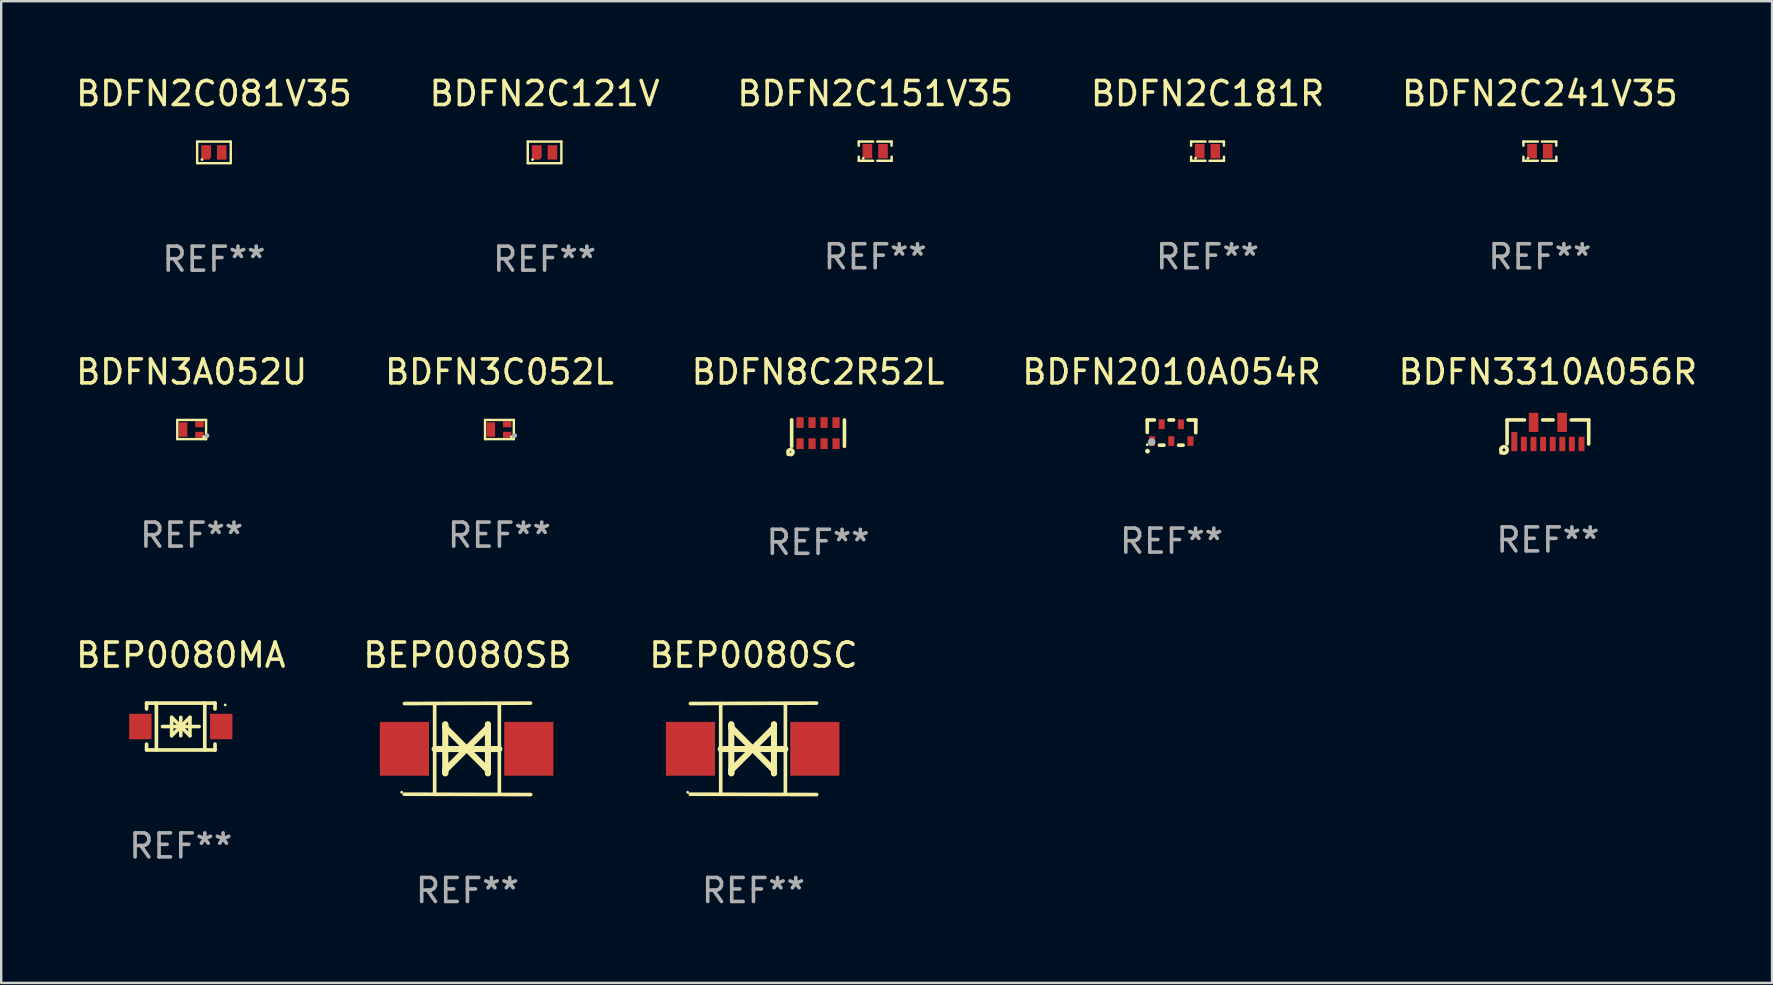
<source format=kicad_pcb>
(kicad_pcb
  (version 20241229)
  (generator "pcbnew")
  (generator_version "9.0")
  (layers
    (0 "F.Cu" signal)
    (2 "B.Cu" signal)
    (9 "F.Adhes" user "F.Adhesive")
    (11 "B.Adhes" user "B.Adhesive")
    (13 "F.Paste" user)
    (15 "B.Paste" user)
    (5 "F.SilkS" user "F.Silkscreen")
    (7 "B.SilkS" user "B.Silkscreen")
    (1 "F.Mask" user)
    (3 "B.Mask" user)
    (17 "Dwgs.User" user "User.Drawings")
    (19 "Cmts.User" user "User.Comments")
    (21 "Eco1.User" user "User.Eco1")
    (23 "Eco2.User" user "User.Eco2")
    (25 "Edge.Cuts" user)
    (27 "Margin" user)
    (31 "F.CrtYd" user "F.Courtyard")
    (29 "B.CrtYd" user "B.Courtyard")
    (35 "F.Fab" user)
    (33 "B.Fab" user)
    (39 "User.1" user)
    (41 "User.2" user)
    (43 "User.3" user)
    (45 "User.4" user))
  (footprint "BEP0080MA"
    (layer "F.Cu")
    (at 4.482 27.217)
    (property "Reference" "BEP0080MA" (at 0 -2.976 0) (layer "F.SilkS") (effects (font (size 1 1) (thickness 0.15))))
    (attr through_hole)
    (fp_line (start -1.426 -0.976) (end -1.426 -0.733) (stroke (width 0.152) (type solid)) (layer "F.SilkS"))
    (fp_line (start -1.426 -0.976) (end 1.426 -0.976) (stroke (width 0.152) (type solid)) (layer "F.SilkS"))
    (fp_line (start -1.426 0.976) (end -1.426 0.733) (stroke (width 0.152) (type solid)) (layer "F.SilkS"))
    (fp_line (start -1.426 0.976) (end 1.426 0.976) (stroke (width 0.152) (type solid)) (layer "F.SilkS"))
    (fp_line (start -1.017 -0.976) (end -1.017 0.976) (stroke (width 0.152) (type solid)) (layer "F.SilkS"))
    (fp_line (start -0.762 0) (end 0.762 0) (stroke (width 0.15) (type solid)) (layer "F.SilkS"))
    (fp_line (start -0.381 -0.381) (end 0 0) (stroke (width 0.15) (type solid)) (layer "F.SilkS"))
    (fp_line (start -0.381 0.381) (end -0.381 -0.381) (stroke (width 0.15) (type solid)) (layer "F.SilkS"))
    (fp_line (start 0 -0.381) (end 0 0.381) (stroke (width 0.15) (type solid)) (layer "F.SilkS"))
    (fp_line (start 0 0) (end -0.381 0.381) (stroke (width 0.15) (type solid)) (layer "F.SilkS"))
    (fp_line (start 0 0) (end 0.381 -0.381) (stroke (width 0.15) (type solid)) (layer "F.SilkS"))
    (fp_line (start 0.381 -0.381) (end 0.381 0.381) (stroke (width 0.15) (type solid)) (layer "F.SilkS"))
    (fp_line (start 0.381 0.381) (end 0 0) (stroke (width 0.15) (type solid)) (layer "F.SilkS"))
    (fp_line (start 0.999 -0.976) (end 0.999 0.976) (stroke (width 0.152) (type solid)) (layer "F.SilkS"))
    (fp_line (start 1.426 -0.976) (end 1.426 -0.733) (stroke (width 0.152) (type solid)) (layer "F.SilkS"))
    (fp_line (start 1.426 0.976) (end 1.426 0.733) (stroke (width 0.152) (type solid)) (layer "F.SilkS"))
    (fp_circle (center 1.85 -0.9) (end 1.88 -0.9) (stroke (width 0.06) (type solid)) (fill no) (layer "F.SilkS"))
    (fp_text user "REF**" (at 0 4.976 0) (layer "F.Fab") (effects (font (size 1 1) (thickness 0.15))))
    (pad "1" smd rect (at 1.685 0 180) (size 0.93 1.06) (layers "F.Cu" "F.Mask" "F.Paste"))
    (pad "2" smd rect (at -1.685 0 180) (size 0.93 1.06) (layers "F.Cu" "F.Mask" "F.Paste")))
  (footprint "BDFN2C081V35"
    (layer "F.Cu")
    (at 5.863 3.298)
    (property "Reference" "BDFN2C081V35" (at 0 -2.45 0) (layer "F.SilkS") (effects (font (size 1 1) (thickness 0.15))))
    (attr through_hole)
    (fp_line (start -0.7 -0.45) (end -0.7 0.45) (stroke (width 0.1) (type solid)) (layer "F.SilkS"))
    (fp_line (start -0.7 -0.45) (end 0.7 -0.45) (stroke (width 0.1) (type solid)) (layer "F.SilkS"))
    (fp_line (start -0.7 0.45) (end 0.69 0.45) (stroke (width 0.1) (type solid)) (layer "F.SilkS"))
    (fp_line (start 0.7 -0.45) (end 0.7 0.45) (stroke (width 0.1) (type solid)) (layer "F.SilkS"))
    (fp_circle (center -0.5 0.3) (end -0.47 0.3) (stroke (width 0.06) (type solid)) (fill no) (layer "F.SilkS"))
    (fp_text user "REF**" (at 0 4.45 0) (layer "F.Fab") (effects (font (size 1 1) (thickness 0.15))))
    (pad "1" smd custom (at -0.325 0) (size 0.41 0.6) (layers "F.Cu" "F.Mask" "F.Paste") (options (anchor circle)) (primitives (gr_poly (pts (xy -0.205 -0.3) (xy -0.205 0.3) (xy 0.125 0.3) (xy 0.205 0.2) (xy 0.205 -0.3) (xy -0.205 -0.3)) (width 0) (fill yes))))
    (pad "2" smd rect (at 0.325 0 90) (size 0.6 0.4) (layers "F.Cu" "F.Mask" "F.Paste")))
  (footprint "BDFN3C052L"
    (layer "F.Cu")
    (at 17.756 14.845)
    (property "Reference" "BDFN3C052L" (at 0 -2.4 0) (layer "F.SilkS") (effects (font (size 1 1) (thickness 0.15))))
    (attr through_hole)
    (fp_line (start -0.6 -0.4) (end 0.6 -0.4) (stroke (width 0.1) (type solid)) (layer "F.SilkS"))
    (fp_line (start -0.6 0.4) (end -0.6 -0.4) (stroke (width 0.1) (type solid)) (layer "F.SilkS"))
    (fp_line (start 0.6 -0.4) (end 0.6 0.4) (stroke (width 0.1) (type solid)) (layer "F.SilkS"))
    (fp_line (start 0.6 0.4) (end -0.6 0.4) (stroke (width 0.1) (type solid)) (layer "F.SilkS"))
    (fp_circle (center 0.5 0.3) (end 0.53 0.3) (stroke (width 0.06) (type solid)) (fill no) (layer "F.SilkS"))
    (fp_circle (center 0.635 0.254) (end 0.685 0.254) (stroke (width 0.1) (type solid)) (fill no) (layer "F.Fab"))
    (fp_text user "REF**" (at 0 4.4 0) (layer "F.Fab") (effects (font (size 1 1) (thickness 0.15))))
    (pad "1" smd rect (at 0.325 0.22 90) (size 0.25 0.35) (layers "F.Cu" "F.Mask" "F.Paste"))
    (pad "2" smd rect (at 0.325 -0.22 90) (size 0.25 0.35) (layers "F.Cu" "F.Mask" "F.Paste"))
    (pad "3" smd rect (at -0.355 0 270) (size 0.6 0.35) (layers "F.Cu" "F.Mask" "F.Paste")))
  (footprint "BDFN2C121V"
    (layer "F.Cu")
    (at 19.637 3.298)
    (property "Reference" "BDFN2C121V" (at 0 -2.45 0) (layer "F.SilkS") (effects (font (size 1 1) (thickness 0.15))))
    (attr through_hole)
    (fp_line (start -0.7 -0.45) (end -0.7 0.45) (stroke (width 0.1) (type solid)) (layer "F.SilkS"))
    (fp_line (start -0.7 -0.45) (end 0.7 -0.45) (stroke (width 0.1) (type solid)) (layer "F.SilkS"))
    (fp_line (start -0.7 0.45) (end 0.69 0.45) (stroke (width 0.1) (type solid)) (layer "F.SilkS"))
    (fp_line (start 0.7 -0.45) (end 0.7 0.45) (stroke (width 0.1) (type solid)) (layer "F.SilkS"))
    (fp_circle (center -0.5 0.3) (end -0.47 0.3) (stroke (width 0.06) (type solid)) (fill no) (layer "F.SilkS"))
    (fp_text user "REF**" (at 0 4.45 0) (layer "F.Fab") (effects (font (size 1 1) (thickness 0.15))))
    (pad "1" smd custom (at -0.325 -0.000102) (size 0.41 0.6) (layers "F.Cu" "F.Mask" "F.Paste") (options (anchor circle)) (primitives (gr_poly (pts (xy -0.205 -0.3) (xy -0.205 0.3) (xy 0.125 0.3) (xy 0.205 0.2) (xy 0.205 -0.3) (xy -0.205 -0.3)) (width 0) (fill yes))))
    (pad "2" smd rect (at 0.325 -0.000102 90) (size 0.6 0.4) (layers "F.Cu" "F.Mask" "F.Paste")))
  (footprint "BDFN2010A054R"
    (layer "F.Cu")
    (at 45.756 14.97)
    (property "Reference" "BDFN2010A054R" (at 0 -2.525 0) (layer "F.SilkS") (effects (font (size 1 1) (thickness 0.15))))
    (attr through_hole)
    (fp_line (start -1.011 -0.524) (end -1.011 -0.008) (stroke (width 0.152) (type solid)) (layer "F.SilkS"))
    (fp_line (start -1.011 -0.524) (end -0.716 -0.524) (stroke (width 0.152) (type solid)) (layer "F.SilkS"))
    (fp_line (start -0.316 0.525) (end -0.505 0.525) (stroke (width 0.152) (type solid)) (layer "F.SilkS"))
    (fp_line (start -0.105 -0.524) (end 0.084 -0.524) (stroke (width 0.152) (type solid)) (layer "F.SilkS"))
    (fp_line (start 0.484 0.525) (end 0.295 0.525) (stroke (width 0.152) (type solid)) (layer "F.SilkS"))
    (fp_line (start 0.696 -0.525) (end 1.011 -0.525) (stroke (width 0.152) (type solid)) (layer "F.SilkS"))
    (fp_line (start 1.011 -0.525) (end 1.009 0.005) (stroke (width 0.152) (type solid)) (layer "F.SilkS"))
    (fp_circle (center -1.011 0.505) (end -0.981 0.505) (stroke (width 0.06) (type solid)) (fill no) (layer "F.SilkS"))
    (fp_circle (center -1.001 0.775) (end -0.951 0.775) (stroke (width 0.1) (type solid)) (fill no) (layer "F.SilkS"))
    (fp_circle (center -0.831 0.395) (end -0.751 0.395) (stroke (width 0.16) (type solid)) (fill no) (layer "F.Fab"))
    (fp_text user "REF**" (at 0 4.525 0) (layer "F.Fab") (effects (font (size 1 1) (thickness 0.15))))
    (pad "1" smd rect (at -0.81 0.355 90) (size 0.4 0.25) (layers "F.Cu" "F.Mask" "F.Paste"))
    (pad "2" smd rect (at -0.011 0.355 90) (size 0.4 0.25) (layers "F.Cu" "F.Mask" "F.Paste"))
    (pad "3" smd rect (at 0.789 0.355 90) (size 0.4 0.25) (layers "F.Cu" "F.Mask" "F.Paste"))
    (pad "4" smd rect (at 0.39 -0.345 90) (size 0.4 0.25) (layers "F.Cu" "F.Mask" "F.Paste"))
    (pad "5" smd rect (at -0.411 -0.345 90) (size 0.4 0.25) (layers "F.Cu" "F.Mask" "F.Paste")))
  (footprint "BDFN2C241V35"
    (layer "F.Cu")
    (at 61.101 3.248)
    (property "Reference" "BDFN2C241V35" (at 0 -2.4 0) (layer "F.SilkS") (effects (font (size 1 1) (thickness 0.15))))
    (attr through_hole)
    (fp_line (start -0.685 -0.4) (end -0.685 -0.23) (stroke (width 0.102) (type solid)) (layer "F.SilkS"))
    (fp_line (start -0.685 0.4) (end -0.685 0.23) (stroke (width 0.102) (type solid)) (layer "F.SilkS"))
    (fp_line (start -0.085 -0.4) (end -0.685 -0.4) (stroke (width 0.102) (type solid)) (layer "F.SilkS"))
    (fp_line (start -0.085 0.4) (end -0.685 0.4) (stroke (width 0.102) (type solid)) (layer "F.SilkS"))
    (fp_line (start 0.082 -0.4) (end 0.682 -0.4) (stroke (width 0.102) (type solid)) (layer "F.SilkS"))
    (fp_line (start 0.085 0.4) (end 0.685 0.4) (stroke (width 0.102) (type solid)) (layer "F.SilkS"))
    (fp_line (start 0.682 -0.4) (end 0.682 -0.23) (stroke (width 0.102) (type solid)) (layer "F.SilkS"))
    (fp_line (start 0.685 0.4) (end 0.685 0.23) (stroke (width 0.102) (type solid)) (layer "F.SilkS"))
    (fp_circle (center -0.5 0.3) (end -0.47 0.3) (stroke (width 0.06) (type solid)) (fill no) (layer "F.SilkS"))
    (fp_text user "REF**" (at 0 4.4 0) (layer "F.Fab") (effects (font (size 1 1) (thickness 0.15))))
    (pad "1" smd rect (at -0.325 0) (size 0.4 0.6) (layers "F.Cu" "F.Mask" "F.Paste"))
    (pad "2" smd rect (at 0.325 0) (size 0.4 0.6) (layers "F.Cu" "F.Mask" "F.Paste")))
  (footprint "BDFN3310A056R"
    (layer "F.Cu")
    (at 61.435 14.945)
    (property "Reference" "BDFN3310A056R" (at 0 -2.5 0) (layer "F.SilkS") (effects (font (size 1 1) (thickness 0.15))))
    (attr through_hole)
    (fp_line (start -1.7 -0.5) (end -1.7 0.5) (stroke (width 0.15) (type solid)) (layer "F.SilkS"))
    (fp_line (start -0.974 -0.5) (end -1.7 -0.5) (stroke (width 0.15) (type solid)) (layer "F.SilkS"))
    (fp_line (start 0.216 -0.5) (end -0.216 -0.5) (stroke (width 0.15) (type solid)) (layer "F.SilkS"))
    (fp_line (start 1.7 -0.5) (end 0.974 -0.5) (stroke (width 0.15) (type solid)) (layer "F.SilkS"))
    (fp_line (start 1.7 -0.5) (end 1.7 0.5) (stroke (width 0.15) (type solid)) (layer "F.SilkS"))
    (fp_circle (center -1.966 0.886) (end -1.936 0.886) (stroke (width 0.06) (type solid)) (fill no) (layer "F.SilkS"))
    (fp_circle (center -1.83 0.75) (end -1.769 0.75) (stroke (width 0.15) (type solid)) (fill no) (layer "F.SilkS"))
    (fp_text user "REF**" (at 0 4.5 0) (layer "F.Fab") (effects (font (size 1 1) (thickness 0.15))))
    (pad "1" smd rect (at -1.4 0.4) (size 0.25 0.8) (layers "F.Cu" "F.Mask" "F.Paste"))
    (pad "2" smd rect (at -1 0.5) (size 0.25 0.6) (layers "F.Cu" "F.Mask" "F.Paste"))
    (pad "3" smd rect (at -0.6 0.5) (size 0.25 0.6) (layers "F.Cu" "F.Mask" "F.Paste"))
    (pad "4" smd rect (at -0.2 0.5) (size 0.25 0.6) (layers "F.Cu" "F.Mask" "F.Paste"))
    (pad "5" smd rect (at 0.2 0.5) (size 0.25 0.6) (layers "F.Cu" "F.Mask" "F.Paste"))
    (pad "6" smd rect (at 0.6 0.5) (size 0.25 0.6) (layers "F.Cu" "F.Mask" "F.Paste"))
    (pad "7" smd rect (at 1 0.5) (size 0.25 0.6) (layers "F.Cu" "F.Mask" "F.Paste"))
    (pad "8" smd rect (at 1.4 0.5) (size 0.25 0.6) (layers "F.Cu" "F.Mask" "F.Paste"))
    (pad "9" smd rect (at 0.595 -0.4) (size 0.4 0.8) (layers "F.Cu" "F.Mask" "F.Paste"))
    (pad "10" smd rect (at -0.595 -0.4) (size 0.4 0.8) (layers "F.Cu" "F.Mask" "F.Paste")))
  (footprint "BDFN3A052U"
    (layer "F.Cu")
    (at 4.935 14.845)
    (property "Reference" "BDFN3A052U" (at 0 -2.4 0) (layer "F.SilkS") (effects (font (size 1 1) (thickness 0.15))))
    (attr through_hole)
    (fp_line (start -0.6 -0.4) (end 0.6 -0.4) (stroke (width 0.1) (type solid)) (layer "F.SilkS"))
    (fp_line (start -0.6 0.4) (end -0.6 -0.4) (stroke (width 0.1) (type solid)) (layer "F.SilkS"))
    (fp_line (start 0.6 -0.4) (end 0.6 0.4) (stroke (width 0.1) (type solid)) (layer "F.SilkS"))
    (fp_line (start 0.6 0.4) (end -0.6 0.4) (stroke (width 0.1) (type solid)) (layer "F.SilkS"))
    (fp_circle (center 0.5 0.3) (end 0.53 0.3) (stroke (width 0.06) (type solid)) (fill no) (layer "F.SilkS"))
    (fp_circle (center 0.635 0.254) (end 0.685 0.254) (stroke (width 0.1) (type solid)) (fill no) (layer "F.Fab"))
    (fp_text user "REF**" (at 0 4.4 0) (layer "F.Fab") (effects (font (size 1 1) (thickness 0.15))))
    (pad "1" smd rect (at 0.325 0.22 90) (size 0.25 0.35) (layers "F.Cu" "F.Mask" "F.Paste"))
    (pad "2" smd rect (at 0.325 -0.22 90) (size 0.25 0.35) (layers "F.Cu" "F.Mask" "F.Paste"))
    (pad "3" smd rect (at -0.355 0 270) (size 0.6 0.35) (layers "F.Cu" "F.Mask" "F.Paste")))
  (footprint "BEP0080SC"
    (layer "F.Cu")
    (at 28.339 28.146)
    (property "Reference" "BEP0080SC" (at 0 -3.905 0) (layer "F.SilkS") (effects (font (size 1 1) (thickness 0.15))))
    (attr through_hole)
    (fp_line (start -1.365 1.886) (end -1.365 -1.886) (stroke (width 0.152) (type solid)) (layer "F.SilkS"))
    (fp_line (start -1.365 0.008) (end 1.33 0.008) (stroke (width 0.254) (type solid)) (layer "F.SilkS"))
    (fp_line (start -0.923 -1.016) (end -0.923 1.016) (stroke (width 0.254) (type solid)) (layer "F.SilkS"))
    (fp_line (start -0.923 -0.889) (end -0.923 -1.016) (stroke (width 0.254) (type solid)) (layer "F.SilkS"))
    (fp_line (start -0.923 0.889) (end -0.034 0) (stroke (width 0.254) (type solid)) (layer "F.SilkS"))
    (fp_line (start -0.923 1.016) (end -0.923 0.889) (stroke (width 0.254) (type solid)) (layer "F.SilkS"))
    (fp_line (start -0.034 0) (end -0.923 -0.889) (stroke (width 0.254) (type solid)) (layer "F.SilkS"))
    (fp_line (start -0.034 0) (end 0.855 0.889) (stroke (width 0.254) (type solid)) (layer "F.SilkS"))
    (fp_line (start 0.855 -1.016) (end 0.855 -0.889) (stroke (width 0.254) (type solid)) (layer "F.SilkS"))
    (fp_line (start 0.855 -0.889) (end -0.034 0) (stroke (width 0.254) (type solid)) (layer "F.SilkS"))
    (fp_line (start 0.855 0.889) (end 0.855 1.016) (stroke (width 0.254) (type solid)) (layer "F.SilkS"))
    (fp_line (start 0.855 1.016) (end 0.855 -1.016) (stroke (width 0.254) (type solid)) (layer "F.SilkS"))
    (fp_line (start 1.33 1.886) (end 1.33 -1.886) (stroke (width 0.152) (type solid)) (layer "F.SilkS"))
    (fp_line (start 2.629 -1.905) (end -2.625 -1.887) (stroke (width 0.152) (type solid)) (layer "F.SilkS"))
    (fp_line (start 2.633 1.905) (end -2.633 1.89) (stroke (width 0.152) (type solid)) (layer "F.SilkS"))
    (fp_circle (center -2.741 1.81) (end -2.711 1.81) (stroke (width 0.06) (type solid)) (fill no) (layer "F.SilkS"))
    (fp_text user "REF**" (at 0 5.905 0) (layer "F.Fab") (effects (font (size 1 1) (thickness 0.15))))
    (pad "1" smd rect (at -2.625 0) (size 2.047 2.241) (layers "F.Cu" "F.Mask" "F.Paste"))
    (pad "2" smd rect (at 2.557 0) (size 2.047 2.241) (layers "F.Cu" "F.Mask" "F.Paste")))
  (footprint "BDFN8C2R52L"
    (layer "F.Cu")
    (at 31.03 14.995)
    (property "Reference" "BDFN8C2R52L" (at 0 -2.55 0) (layer "F.SilkS") (effects (font (size 1 1) (thickness 0.15))))
    (attr through_hole)
    (fp_line (start -1.1 -0.55) (end -1.1 0.55) (stroke (width 0.15) (type solid)) (layer "F.SilkS"))
    (fp_line (start 1.1 -0.55) (end 1.1 0.55) (stroke (width 0.15) (type solid)) (layer "F.SilkS"))
    (fp_circle (center -1.257 0.897) (end -1.227 0.897) (stroke (width 0.06) (type solid)) (fill no) (layer "F.SilkS"))
    (fp_circle (center -1.15 0.79) (end -1.118 0.79) (stroke (width 0.15) (type solid)) (fill no) (layer "F.SilkS"))
    (fp_text user "REF**" (at 0 4.55 0) (layer "F.Fab") (effects (font (size 1 1) (thickness 0.15))))
    (pad "1" smd rect (at -0.75 0.44) (size 0.3 0.45) (layers "F.Cu" "F.Mask" "F.Paste"))
    (pad "2" smd rect (at -0.25 0.44) (size 0.3 0.45) (layers "F.Cu" "F.Mask" "F.Paste"))
    (pad "3" smd rect (at 0.25 0.44) (size 0.3 0.45) (layers "F.Cu" "F.Mask" "F.Paste"))
    (pad "4" smd rect (at 0.75 0.44) (size 0.3 0.45) (layers "F.Cu" "F.Mask" "F.Paste"))
    (pad "5" smd rect (at 0.75 -0.44) (size 0.3 0.45) (layers "F.Cu" "F.Mask" "F.Paste"))
    (pad "6" smd rect (at 0.25 -0.44) (size 0.3 0.45) (layers "F.Cu" "F.Mask" "F.Paste"))
    (pad "7" smd rect (at -0.25 -0.44) (size 0.3 0.45) (layers "F.Cu" "F.Mask" "F.Paste"))
    (pad "8" smd rect (at -0.75 -0.44) (size 0.3 0.45) (layers "F.Cu" "F.Mask" "F.Paste")))
  (footprint "BEP0080SB"
    (layer "F.Cu")
    (at 16.423 28.146)
    (property "Reference" "BEP0080SB" (at 0 -3.905 0) (layer "F.SilkS") (effects (font (size 1 1) (thickness 0.15))))
    (attr through_hole)
    (fp_line (start -1.365 1.886) (end -1.365 -1.886) (stroke (width 0.152) (type solid)) (layer "F.SilkS"))
    (fp_line (start -1.365 0.008) (end 1.33 0.008) (stroke (width 0.254) (type solid)) (layer "F.SilkS"))
    (fp_line (start -0.923 -1.016) (end -0.923 1.016) (stroke (width 0.254) (type solid)) (layer "F.SilkS"))
    (fp_line (start -0.923 -0.889) (end -0.923 -1.016) (stroke (width 0.254) (type solid)) (layer "F.SilkS"))
    (fp_line (start -0.923 0.889) (end -0.034 0) (stroke (width 0.254) (type solid)) (layer "F.SilkS"))
    (fp_line (start -0.923 1.016) (end -0.923 0.889) (stroke (width 0.254) (type solid)) (layer "F.SilkS"))
    (fp_line (start -0.034 0) (end -0.923 -0.889) (stroke (width 0.254) (type solid)) (layer "F.SilkS"))
    (fp_line (start -0.034 0) (end 0.855 0.889) (stroke (width 0.254) (type solid)) (layer "F.SilkS"))
    (fp_line (start 0.855 -1.016) (end 0.855 -0.889) (stroke (width 0.254) (type solid)) (layer "F.SilkS"))
    (fp_line (start 0.855 -0.889) (end -0.034 0) (stroke (width 0.254) (type solid)) (layer "F.SilkS"))
    (fp_line (start 0.855 0.889) (end 0.855 1.016) (stroke (width 0.254) (type solid)) (layer "F.SilkS"))
    (fp_line (start 0.855 1.016) (end 0.855 -1.016) (stroke (width 0.254) (type solid)) (layer "F.SilkS"))
    (fp_line (start 1.33 1.886) (end 1.33 -1.886) (stroke (width 0.152) (type solid)) (layer "F.SilkS"))
    (fp_line (start 2.629 -1.905) (end -2.625 -1.887) (stroke (width 0.152) (type solid)) (layer "F.SilkS"))
    (fp_line (start 2.633 1.905) (end -2.633 1.89) (stroke (width 0.152) (type solid)) (layer "F.SilkS"))
    (fp_circle (center -2.741 1.81) (end -2.711 1.81) (stroke (width 0.06) (type solid)) (fill no) (layer "F.SilkS"))
    (fp_text user "REF**" (at 0 5.905 0) (layer "F.Fab") (effects (font (size 1 1) (thickness 0.15))))
    (pad "1" smd rect (at -2.625 0) (size 2.047 2.241) (layers "F.Cu" "F.Mask" "F.Paste"))
    (pad "2" smd rect (at 2.557 0) (size 2.047 2.241) (layers "F.Cu" "F.Mask" "F.Paste")))
  (footprint "BDFN2C151V35"
    (layer "F.Cu")
    (at 33.411 3.248)
    (property "Reference" "BDFN2C151V35" (at 0 -2.4 0) (layer "F.SilkS") (effects (font (size 1 1) (thickness 0.15))))
    (attr through_hole)
    (fp_line (start -0.685 -0.4) (end -0.685 -0.23) (stroke (width 0.102) (type solid)) (layer "F.SilkS"))
    (fp_line (start -0.685 0.4) (end -0.685 0.23) (stroke (width 0.102) (type solid)) (layer "F.SilkS"))
    (fp_line (start -0.085 -0.4) (end -0.685 -0.4) (stroke (width 0.102) (type solid)) (layer "F.SilkS"))
    (fp_line (start -0.085 0.4) (end -0.685 0.4) (stroke (width 0.102) (type solid)) (layer "F.SilkS"))
    (fp_line (start 0.082 -0.4) (end 0.682 -0.4) (stroke (width 0.102) (type solid)) (layer "F.SilkS"))
    (fp_line (start 0.085 0.4) (end 0.685 0.4) (stroke (width 0.102) (type solid)) (layer "F.SilkS"))
    (fp_line (start 0.682 -0.4) (end 0.682 -0.23) (stroke (width 0.102) (type solid)) (layer "F.SilkS"))
    (fp_line (start 0.685 0.4) (end 0.685 0.23) (stroke (width 0.102) (type solid)) (layer "F.SilkS"))
    (fp_circle (center -0.5 0.3) (end -0.47 0.3) (stroke (width 0.06) (type solid)) (fill no) (layer "F.SilkS"))
    (fp_text user "REF**" (at 0 4.4 0) (layer "F.Fab") (effects (font (size 1 1) (thickness 0.15))))
    (pad "1" smd rect (at -0.325 0) (size 0.4 0.6) (layers "F.Cu" "F.Mask" "F.Paste"))
    (pad "2" smd rect (at 0.325 0) (size 0.4 0.6) (layers "F.Cu" "F.Mask" "F.Paste")))
  (footprint "BDFN2C181R"
    (layer "F.Cu")
    (at 47.256 3.248)
    (property "Reference" "BDFN2C181R" (at 0 -2.4 0) (layer "F.SilkS") (effects (font (size 1 1) (thickness 0.15))))
    (attr through_hole)
    (fp_line (start -0.685 -0.4) (end -0.685 -0.23) (stroke (width 0.102) (type solid)) (layer "F.SilkS"))
    (fp_line (start -0.685 0.4) (end -0.685 0.23) (stroke (width 0.102) (type solid)) (layer "F.SilkS"))
    (fp_line (start -0.085 -0.4) (end -0.685 -0.4) (stroke (width 0.102) (type solid)) (layer "F.SilkS"))
    (fp_line (start -0.085 0.4) (end -0.685 0.4) (stroke (width 0.102) (type solid)) (layer "F.SilkS"))
    (fp_line (start 0.082 -0.4) (end 0.682 -0.4) (stroke (width 0.102) (type solid)) (layer "F.SilkS"))
    (fp_line (start 0.085 0.4) (end 0.685 0.4) (stroke (width 0.102) (type solid)) (layer "F.SilkS"))
    (fp_line (start 0.682 -0.4) (end 0.682 -0.23) (stroke (width 0.102) (type solid)) (layer "F.SilkS"))
    (fp_line (start 0.685 0.4) (end 0.685 0.23) (stroke (width 0.102) (type solid)) (layer "F.SilkS"))
    (fp_circle (center -0.5 0.3) (end -0.47 0.3) (stroke (width 0.06) (type solid)) (fill no) (layer "F.SilkS"))
    (fp_text user "REF**" (at 0 4.4 0) (layer "F.Fab") (effects (font (size 1 1) (thickness 0.15))))
    (pad "1" smd rect (at -0.325 0) (size 0.4 0.6) (layers "F.Cu" "F.Mask" "F.Paste"))
    (pad "2" smd rect (at 0.325 0) (size 0.4 0.6) (layers "F.Cu" "F.Mask" "F.Paste")))
  (gr_rect
    (start -3 -3)
    (end 70.774 37.9)
    (stroke (width 0.1) (type default))
    (fill no)
    (layer "Edge.Cuts")))
</source>
